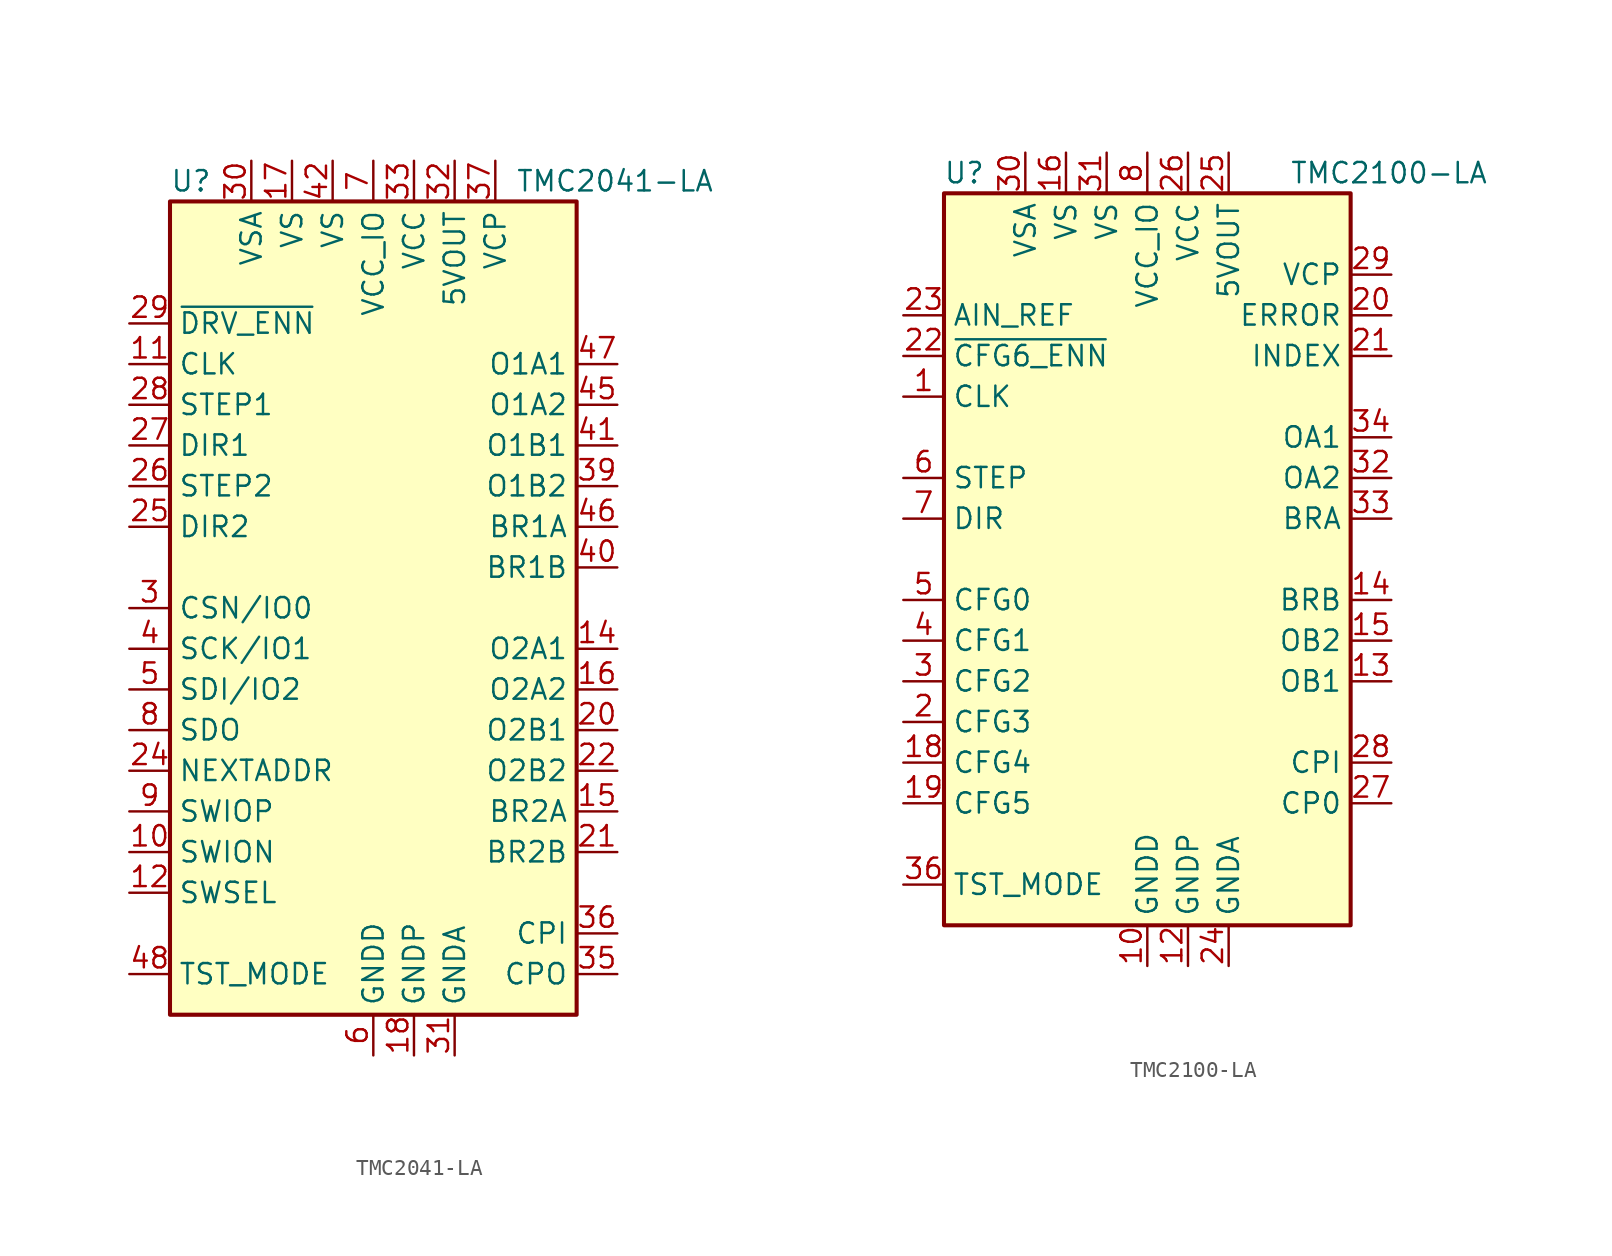
<source format=kicad_sym>
(kicad_symbol_lib
  (version 20201005)
  (generator kicad_symbol_editor)
  (symbol "TMC2041-LA"
    (property "Reference" "U"
      (at -12.7 26.67 0)
      (effects (font (size 1.27 1.27)) (justify left)))
    (property "Value" "TMC2041-LA"
      (at 8.89 26.67 0)
      (effects (font (size 1.27 1.27)) (justify left)))
    (symbol "TMC2041-LA_0_1"
      (rectangle (start -12.7 25.4) (end 12.7 -25.4) (stroke (width 0.254)) (fill (type background))))
    (symbol "TMC2041-LA_1_1"
      (pin passive line (at 0 -27.94 90) (length 2.54) hide (name "GNDD" (effects (font (size 1.27 1.27)))) (number "1" (effects (font (size 1.27 1.27)))))
      (pin bidirectional line (at -15.24 -15.24 0) (length 2.54) (name "SWION" (effects (font (size 1.27 1.27)))) (number "10" (effects (font (size 1.27 1.27)))))
      (pin input line (at -15.24 15.24 0) (length 2.54) (name "CLK" (effects (font (size 1.27 1.27)))) (number "11" (effects (font (size 1.27 1.27)))))
      (pin input line (at -15.24 -17.78 0) (length 2.54) (name "SWSEL" (effects (font (size 1.27 1.27)))) (number "12" (effects (font (size 1.27 1.27)))))
      (pin passive line (at 0 -27.94 90) (length 2.54) hide (name "GNDD" (effects (font (size 1.27 1.27)))) (number "13" (effects (font (size 1.27 1.27)))))
      (pin output line (at 15.24 -2.54 180) (length 2.54) (name "O2A1" (effects (font (size 1.27 1.27)))) (number "14" (effects (font (size 1.27 1.27)))))
      (pin passive line (at 15.24 -12.7 180) (length 2.54) (name "BR2A" (effects (font (size 1.27 1.27)))) (number "15" (effects (font (size 1.27 1.27)))))
      (pin output line (at 15.24 -5.08 180) (length 2.54) (name "O2A2" (effects (font (size 1.27 1.27)))) (number "16" (effects (font (size 1.27 1.27)))))
      (pin power_in line (at -5.08 27.94 270) (length 2.54) (name "VS" (effects (font (size 1.27 1.27)))) (number "17" (effects (font (size 1.27 1.27)))))
      (pin power_in line (at 2.54 -27.94 90) (length 2.54) (name "GNDP" (effects (font (size 1.27 1.27)))) (number "18" (effects (font (size 1.27 1.27)))))
      (pin passive line (at -5.08 27.94 270) (length 2.54) hide (name "VS" (effects (font (size 1.27 1.27)))) (number "19" (effects (font (size 1.27 1.27)))))
      (pin passive line (at 0 -27.94 90) (length 2.54) hide (name "GNDD" (effects (font (size 1.27 1.27)))) (number "2" (effects (font (size 1.27 1.27)))))
      (pin output line (at 15.24 -7.62 180) (length 2.54) (name "O2B1" (effects (font (size 1.27 1.27)))) (number "20" (effects (font (size 1.27 1.27)))))
      (pin passive line (at 15.24 -15.24 180) (length 2.54) (name "BR2B" (effects (font (size 1.27 1.27)))) (number "21" (effects (font (size 1.27 1.27)))))
      (pin output line (at 15.24 -10.16 180) (length 2.54) (name "O2B2" (effects (font (size 1.27 1.27)))) (number "22" (effects (font (size 1.27 1.27)))))
      (pin passive line (at 0 -27.94 90) (length 2.54) hide (name "GNDD" (effects (font (size 1.27 1.27)))) (number "23" (effects (font (size 1.27 1.27)))))
      (pin input line (at -15.24 -10.16 0) (length 2.54) (name "NEXTADDR" (effects (font (size 1.27 1.27)))) (number "24" (effects (font (size 1.27 1.27)))))
      (pin input line (at -15.24 5.08 0) (length 2.54) (name "DIR2" (effects (font (size 1.27 1.27)))) (number "25" (effects (font (size 1.27 1.27)))))
      (pin input line (at -15.24 7.62 0) (length 2.54) (name "STEP2" (effects (font (size 1.27 1.27)))) (number "26" (effects (font (size 1.27 1.27)))))
      (pin input line (at -15.24 10.16 0) (length 2.54) (name "DIR1" (effects (font (size 1.27 1.27)))) (number "27" (effects (font (size 1.27 1.27)))))
      (pin input line (at -15.24 12.7 0) (length 2.54) (name "STEP1" (effects (font (size 1.27 1.27)))) (number "28" (effects (font (size 1.27 1.27)))))
      (pin input line (at -15.24 17.78 0) (length 2.54) (name "~DRV_ENN" (effects (font (size 1.27 1.27)))) (number "29" (effects (font (size 1.27 1.27)))))
      (pin bidirectional line (at -15.24 0 0) (length 2.54) (name "CSN/IO0" (effects (font (size 1.27 1.27)))) (number "3" (effects (font (size 1.27 1.27)))))
      (pin power_in line (at -7.62 27.94 270) (length 2.54) (name "VSA" (effects (font (size 1.27 1.27)))) (number "30" (effects (font (size 1.27 1.27)))))
      (pin power_in line (at 5.08 -27.94 90) (length 2.54) (name "GNDA" (effects (font (size 1.27 1.27)))) (number "31" (effects (font (size 1.27 1.27)))))
      (pin power_out line (at 5.08 27.94 270) (length 2.54) (name "5VOUT" (effects (font (size 1.27 1.27)))) (number "32" (effects (font (size 1.27 1.27)))))
      (pin power_in line (at 2.54 27.94 270) (length 2.54) (name "VCC" (effects (font (size 1.27 1.27)))) (number "33" (effects (font (size 1.27 1.27)))))
      (pin passive line (at 0 -27.94 90) (length 2.54) hide (name "GNDD" (effects (font (size 1.27 1.27)))) (number "34" (effects (font (size 1.27 1.27)))))
      (pin passive line (at 15.24 -22.86 180) (length 2.54) (name "CPO" (effects (font (size 1.27 1.27)))) (number "35" (effects (font (size 1.27 1.27)))))
      (pin passive line (at 15.24 -20.32 180) (length 2.54) (name "CPI" (effects (font (size 1.27 1.27)))) (number "36" (effects (font (size 1.27 1.27)))))
      (pin passive line (at 7.62 27.94 270) (length 2.54) (name "VCP" (effects (font (size 1.27 1.27)))) (number "37" (effects (font (size 1.27 1.27)))))
      (pin passive line (at 0 -27.94 90) (length 2.54) hide (name "GNDD" (effects (font (size 1.27 1.27)))) (number "38" (effects (font (size 1.27 1.27)))))
      (pin output line (at 15.24 7.62 180) (length 2.54) (name "O1B2" (effects (font (size 1.27 1.27)))) (number "39" (effects (font (size 1.27 1.27)))))
      (pin bidirectional line (at -15.24 -2.54 0) (length 2.54) (name "SCK/IO1" (effects (font (size 1.27 1.27)))) (number "4" (effects (font (size 1.27 1.27)))))
      (pin passive line (at 15.24 2.54 180) (length 2.54) (name "BR1B" (effects (font (size 1.27 1.27)))) (number "40" (effects (font (size 1.27 1.27)))))
      (pin output line (at 15.24 10.16 180) (length 2.54) (name "O1B1" (effects (font (size 1.27 1.27)))) (number "41" (effects (font (size 1.27 1.27)))))
      (pin power_in line (at -2.54 27.94 270) (length 2.54) (name "VS" (effects (font (size 1.27 1.27)))) (number "42" (effects (font (size 1.27 1.27)))))
      (pin passive line (at 2.54 -27.94 90) (length 2.54) hide (name "GNDP" (effects (font (size 1.27 1.27)))) (number "43" (effects (font (size 1.27 1.27)))))
      (pin passive line (at -2.54 27.94 270) (length 2.54) hide (name "VS" (effects (font (size 1.27 1.27)))) (number "44" (effects (font (size 1.27 1.27)))))
      (pin output line (at 15.24 12.7 180) (length 2.54) (name "O1A2" (effects (font (size 1.27 1.27)))) (number "45" (effects (font (size 1.27 1.27)))))
      (pin passive line (at 15.24 5.08 180) (length 2.54) (name "BR1A" (effects (font (size 1.27 1.27)))) (number "46" (effects (font (size 1.27 1.27)))))
      (pin output line (at 15.24 15.24 180) (length 2.54) (name "O1A1" (effects (font (size 1.27 1.27)))) (number "47" (effects (font (size 1.27 1.27)))))
      (pin input line (at -15.24 -22.86 0) (length 2.54) (name "TST_MODE" (effects (font (size 1.27 1.27)))) (number "48" (effects (font (size 1.27 1.27)))))
      (pin passive line (at 0 -27.94 90) (length 2.54) hide (name "GNDD" (effects (font (size 1.27 1.27)))) (number "49" (effects (font (size 1.27 1.27)))))
      (pin bidirectional line (at -15.24 -5.08 0) (length 2.54) (name "SDI/IO2" (effects (font (size 1.27 1.27)))) (number "5" (effects (font (size 1.27 1.27)))))
      (pin power_in line (at 0 -27.94 90) (length 2.54) (name "GNDD" (effects (font (size 1.27 1.27)))) (number "6" (effects (font (size 1.27 1.27)))))
      (pin power_in line (at 0 27.94 270) (length 2.54) (name "VCC_IO" (effects (font (size 1.27 1.27)))) (number "7" (effects (font (size 1.27 1.27)))))
      (pin bidirectional line (at -15.24 -7.62 0) (length 2.54) (name "SDO" (effects (font (size 1.27 1.27)))) (number "8" (effects (font (size 1.27 1.27)))))
      (pin bidirectional line (at -15.24 -12.7 0) (length 2.54) (name "SWIOP" (effects (font (size 1.27 1.27)))) (number "9" (effects (font (size 1.27 1.27)))))))
  (symbol "TMC2100-LA"
    (property "Reference" "U"
      (at -11.43 24.13 0)
      (effects (font (size 1.27 1.27))))
    (property "Value" "TMC2100-LA"
      (at 8.89 24.13 0)
      (effects (font (size 1.27 1.27)) (justify left)))
    (symbol "TMC2100-LA_0_1"
      (rectangle (start -12.7 22.86) (end 12.7 -22.86) (stroke (width 0.254)) (fill (type background))))
    (symbol "TMC2100-LA_1_1"
      (pin input line (at -15.24 10.16 0) (length 2.54) (name "CLK" (effects (font (size 1.27 1.27)))) (number "1" (effects (font (size 1.27 1.27)))))
      (pin power_in line (at 0 -25.4 90) (length 2.54) (name "GNDD" (effects (font (size 1.27 1.27)))) (number "10" (effects (font (size 1.27 1.27)))))
      (pin passive line (at 0 -25.4 90) (length 2.54) hide (name "GNDD" (effects (font (size 1.27 1.27)))) (number "11" (effects (font (size 1.27 1.27)))))
      (pin power_in line (at 2.54 -25.4 90) (length 2.54) (name "GNDP" (effects (font (size 1.27 1.27)))) (number "12" (effects (font (size 1.27 1.27)))))
      (pin output line (at 15.24 -7.62 180) (length 2.54) (name "OB1" (effects (font (size 1.27 1.27)))) (number "13" (effects (font (size 1.27 1.27)))))
      (pin passive line (at 15.24 -2.54 180) (length 2.54) (name "BRB" (effects (font (size 1.27 1.27)))) (number "14" (effects (font (size 1.27 1.27)))))
      (pin output line (at 15.24 -5.08 180) (length 2.54) (name "OB2" (effects (font (size 1.27 1.27)))) (number "15" (effects (font (size 1.27 1.27)))))
      (pin power_in line (at -5.08 25.4 270) (length 2.54) (name "VS" (effects (font (size 1.27 1.27)))) (number "16" (effects (font (size 1.27 1.27)))))
      (pin no_connect line (at 12.7 10.16 180) (length 2.54) hide (name "DNC" (effects (font (size 1.27 1.27)))) (number "17" (effects (font (size 1.27 1.27)))))
      (pin input line (at -15.24 -12.7 0) (length 2.54) (name "CFG4" (effects (font (size 1.27 1.27)))) (number "18" (effects (font (size 1.27 1.27)))))
      (pin input line (at -15.24 -15.24 0) (length 2.54) (name "CFG5" (effects (font (size 1.27 1.27)))) (number "19" (effects (font (size 1.27 1.27)))))
      (pin input line (at -15.24 -10.16 0) (length 2.54) (name "CFG3" (effects (font (size 1.27 1.27)))) (number "2" (effects (font (size 1.27 1.27)))))
      (pin open_collector line (at 15.24 15.24 180) (length 2.54) (name "ERROR" (effects (font (size 1.27 1.27)))) (number "20" (effects (font (size 1.27 1.27)))))
      (pin open_collector line (at 15.24 12.7 180) (length 2.54) (name "INDEX" (effects (font (size 1.27 1.27)))) (number "21" (effects (font (size 1.27 1.27)))))
      (pin input line (at -15.24 12.7 0) (length 2.54) (name "~CFG6_ENN" (effects (font (size 1.27 1.27)))) (number "22" (effects (font (size 1.27 1.27)))))
      (pin input line (at -15.24 15.24 0) (length 2.54) (name "AIN_REF" (effects (font (size 1.27 1.27)))) (number "23" (effects (font (size 1.27 1.27)))))
      (pin power_in line (at 5.08 -25.4 90) (length 2.54) (name "GNDA" (effects (font (size 1.27 1.27)))) (number "24" (effects (font (size 1.27 1.27)))))
      (pin power_out line (at 5.08 25.4 270) (length 2.54) (name "5VOUT" (effects (font (size 1.27 1.27)))) (number "25" (effects (font (size 1.27 1.27)))))
      (pin power_in line (at 2.54 25.4 270) (length 2.54) (name "VCC" (effects (font (size 1.27 1.27)))) (number "26" (effects (font (size 1.27 1.27)))))
      (pin passive line (at 15.24 -15.24 180) (length 2.54) (name "CP0" (effects (font (size 1.27 1.27)))) (number "27" (effects (font (size 1.27 1.27)))))
      (pin passive line (at 15.24 -12.7 180) (length 2.54) (name "CPI" (effects (font (size 1.27 1.27)))) (number "28" (effects (font (size 1.27 1.27)))))
      (pin passive line (at 15.24 17.78 180) (length 2.54) (name "VCP" (effects (font (size 1.27 1.27)))) (number "29" (effects (font (size 1.27 1.27)))))
      (pin input line (at -15.24 -7.62 0) (length 2.54) (name "CFG2" (effects (font (size 1.27 1.27)))) (number "3" (effects (font (size 1.27 1.27)))))
      (pin power_in line (at -7.62 25.4 270) (length 2.54) (name "VSA" (effects (font (size 1.27 1.27)))) (number "30" (effects (font (size 1.27 1.27)))))
      (pin power_in line (at -2.54 25.4 270) (length 2.54) (name "VS" (effects (font (size 1.27 1.27)))) (number "31" (effects (font (size 1.27 1.27)))))
      (pin output line (at 15.24 5.08 180) (length 2.54) (name "OA2" (effects (font (size 1.27 1.27)))) (number "32" (effects (font (size 1.27 1.27)))))
      (pin passive line (at 15.24 2.54 180) (length 2.54) (name "BRA" (effects (font (size 1.27 1.27)))) (number "33" (effects (font (size 1.27 1.27)))))
      (pin output line (at 15.24 7.62 180) (length 2.54) (name "OA1" (effects (font (size 1.27 1.27)))) (number "34" (effects (font (size 1.27 1.27)))))
      (pin passive line (at 2.54 -25.4 90) (length 2.54) hide (name "GNDP" (effects (font (size 1.27 1.27)))) (number "35" (effects (font (size 1.27 1.27)))))
      (pin input line (at -15.24 -20.32 0) (length 2.54) (name "TST_MODE" (effects (font (size 1.27 1.27)))) (number "36" (effects (font (size 1.27 1.27)))))
      (pin passive line (at 0 -25.4 90) (length 2.54) hide (name "GNDD" (effects (font (size 1.27 1.27)))) (number "37" (effects (font (size 1.27 1.27)))))
      (pin input line (at -15.24 -5.08 0) (length 2.54) (name "CFG1" (effects (font (size 1.27 1.27)))) (number "4" (effects (font (size 1.27 1.27)))))
      (pin input line (at -15.24 -2.54 0) (length 2.54) (name "CFG0" (effects (font (size 1.27 1.27)))) (number "5" (effects (font (size 1.27 1.27)))))
      (pin input line (at -15.24 5.08 0) (length 2.54) (name "STEP" (effects (font (size 1.27 1.27)))) (number "6" (effects (font (size 1.27 1.27)))))
      (pin input line (at -15.24 2.54 0) (length 2.54) (name "DIR" (effects (font (size 1.27 1.27)))) (number "7" (effects (font (size 1.27 1.27)))))
      (pin power_in line (at 0 25.4 270) (length 2.54) (name "VCC_IO" (effects (font (size 1.27 1.27)))) (number "8" (effects (font (size 1.27 1.27)))))
      (pin no_connect line (at 12.7 0 180) (length 2.54) hide (name "DNC" (effects (font (size 1.27 1.27)))) (number "9" (effects (font (size 1.27 1.27))))))))
</source>
